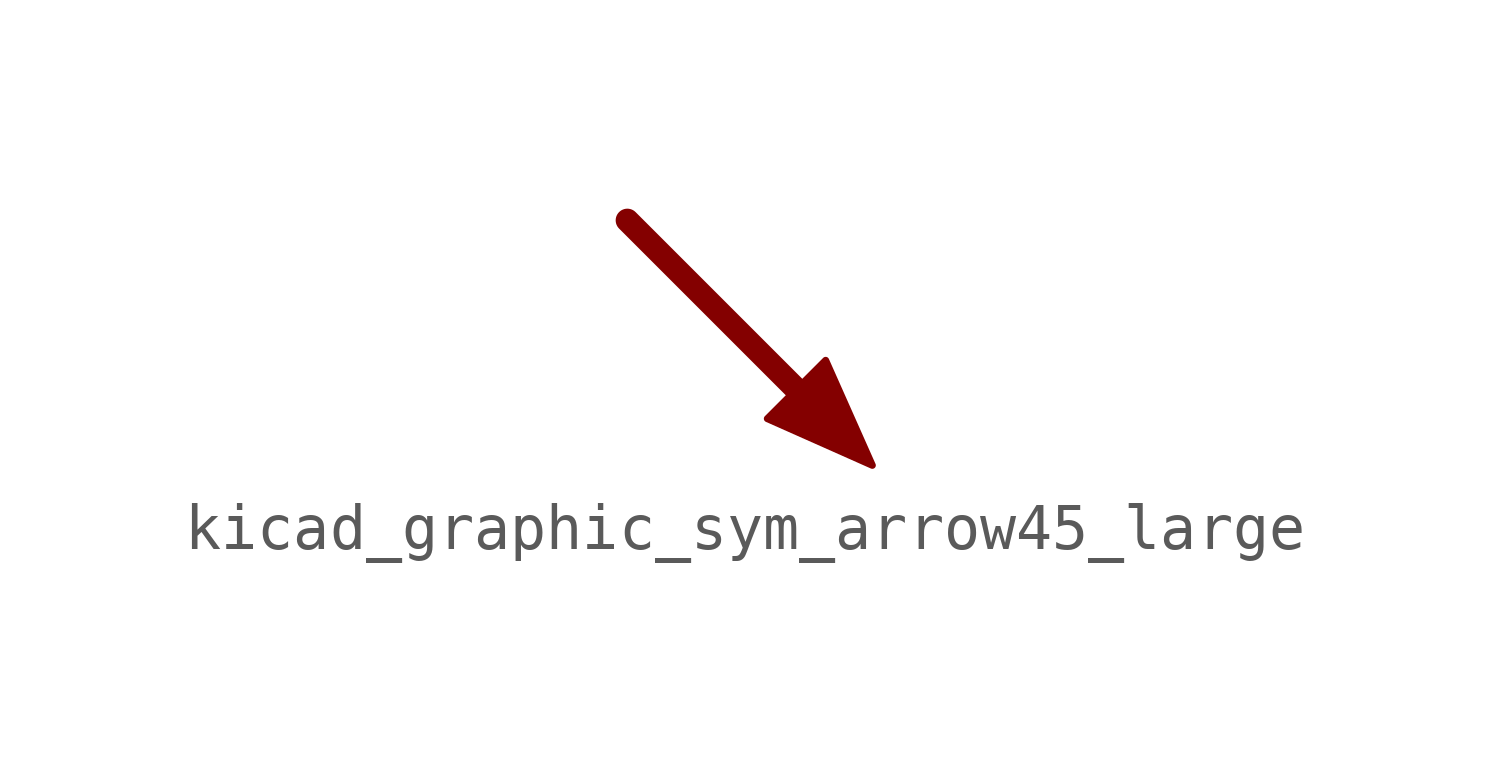
<source format=kicad_sym>
(kicad_symbol_lib
  (version 20220914)
  (generator kicad_symbol_editor)
  (symbol "kicad_graphic_sym_arrow45_large"
    (property "Reference" "#SYM"
      (at 0 4.064 0)
      (effects (font (size 1.27 1.27)) hide))
    (symbol "kicad_graphic_sym_arrow45_large_0_1"
      (polyline (pts (xy -2.54 2.54) (xy 2.286 -2.286)) (stroke (width 0.508) (type default)) (fill (type none)))
      (polyline (pts (xy 2.794 -2.794) (xy 0.508 -1.778) (xy 1.778 -0.508) (xy 2.794 -2.794)) (stroke (width 0) (type default)) (fill (type outline))))))
</source>
